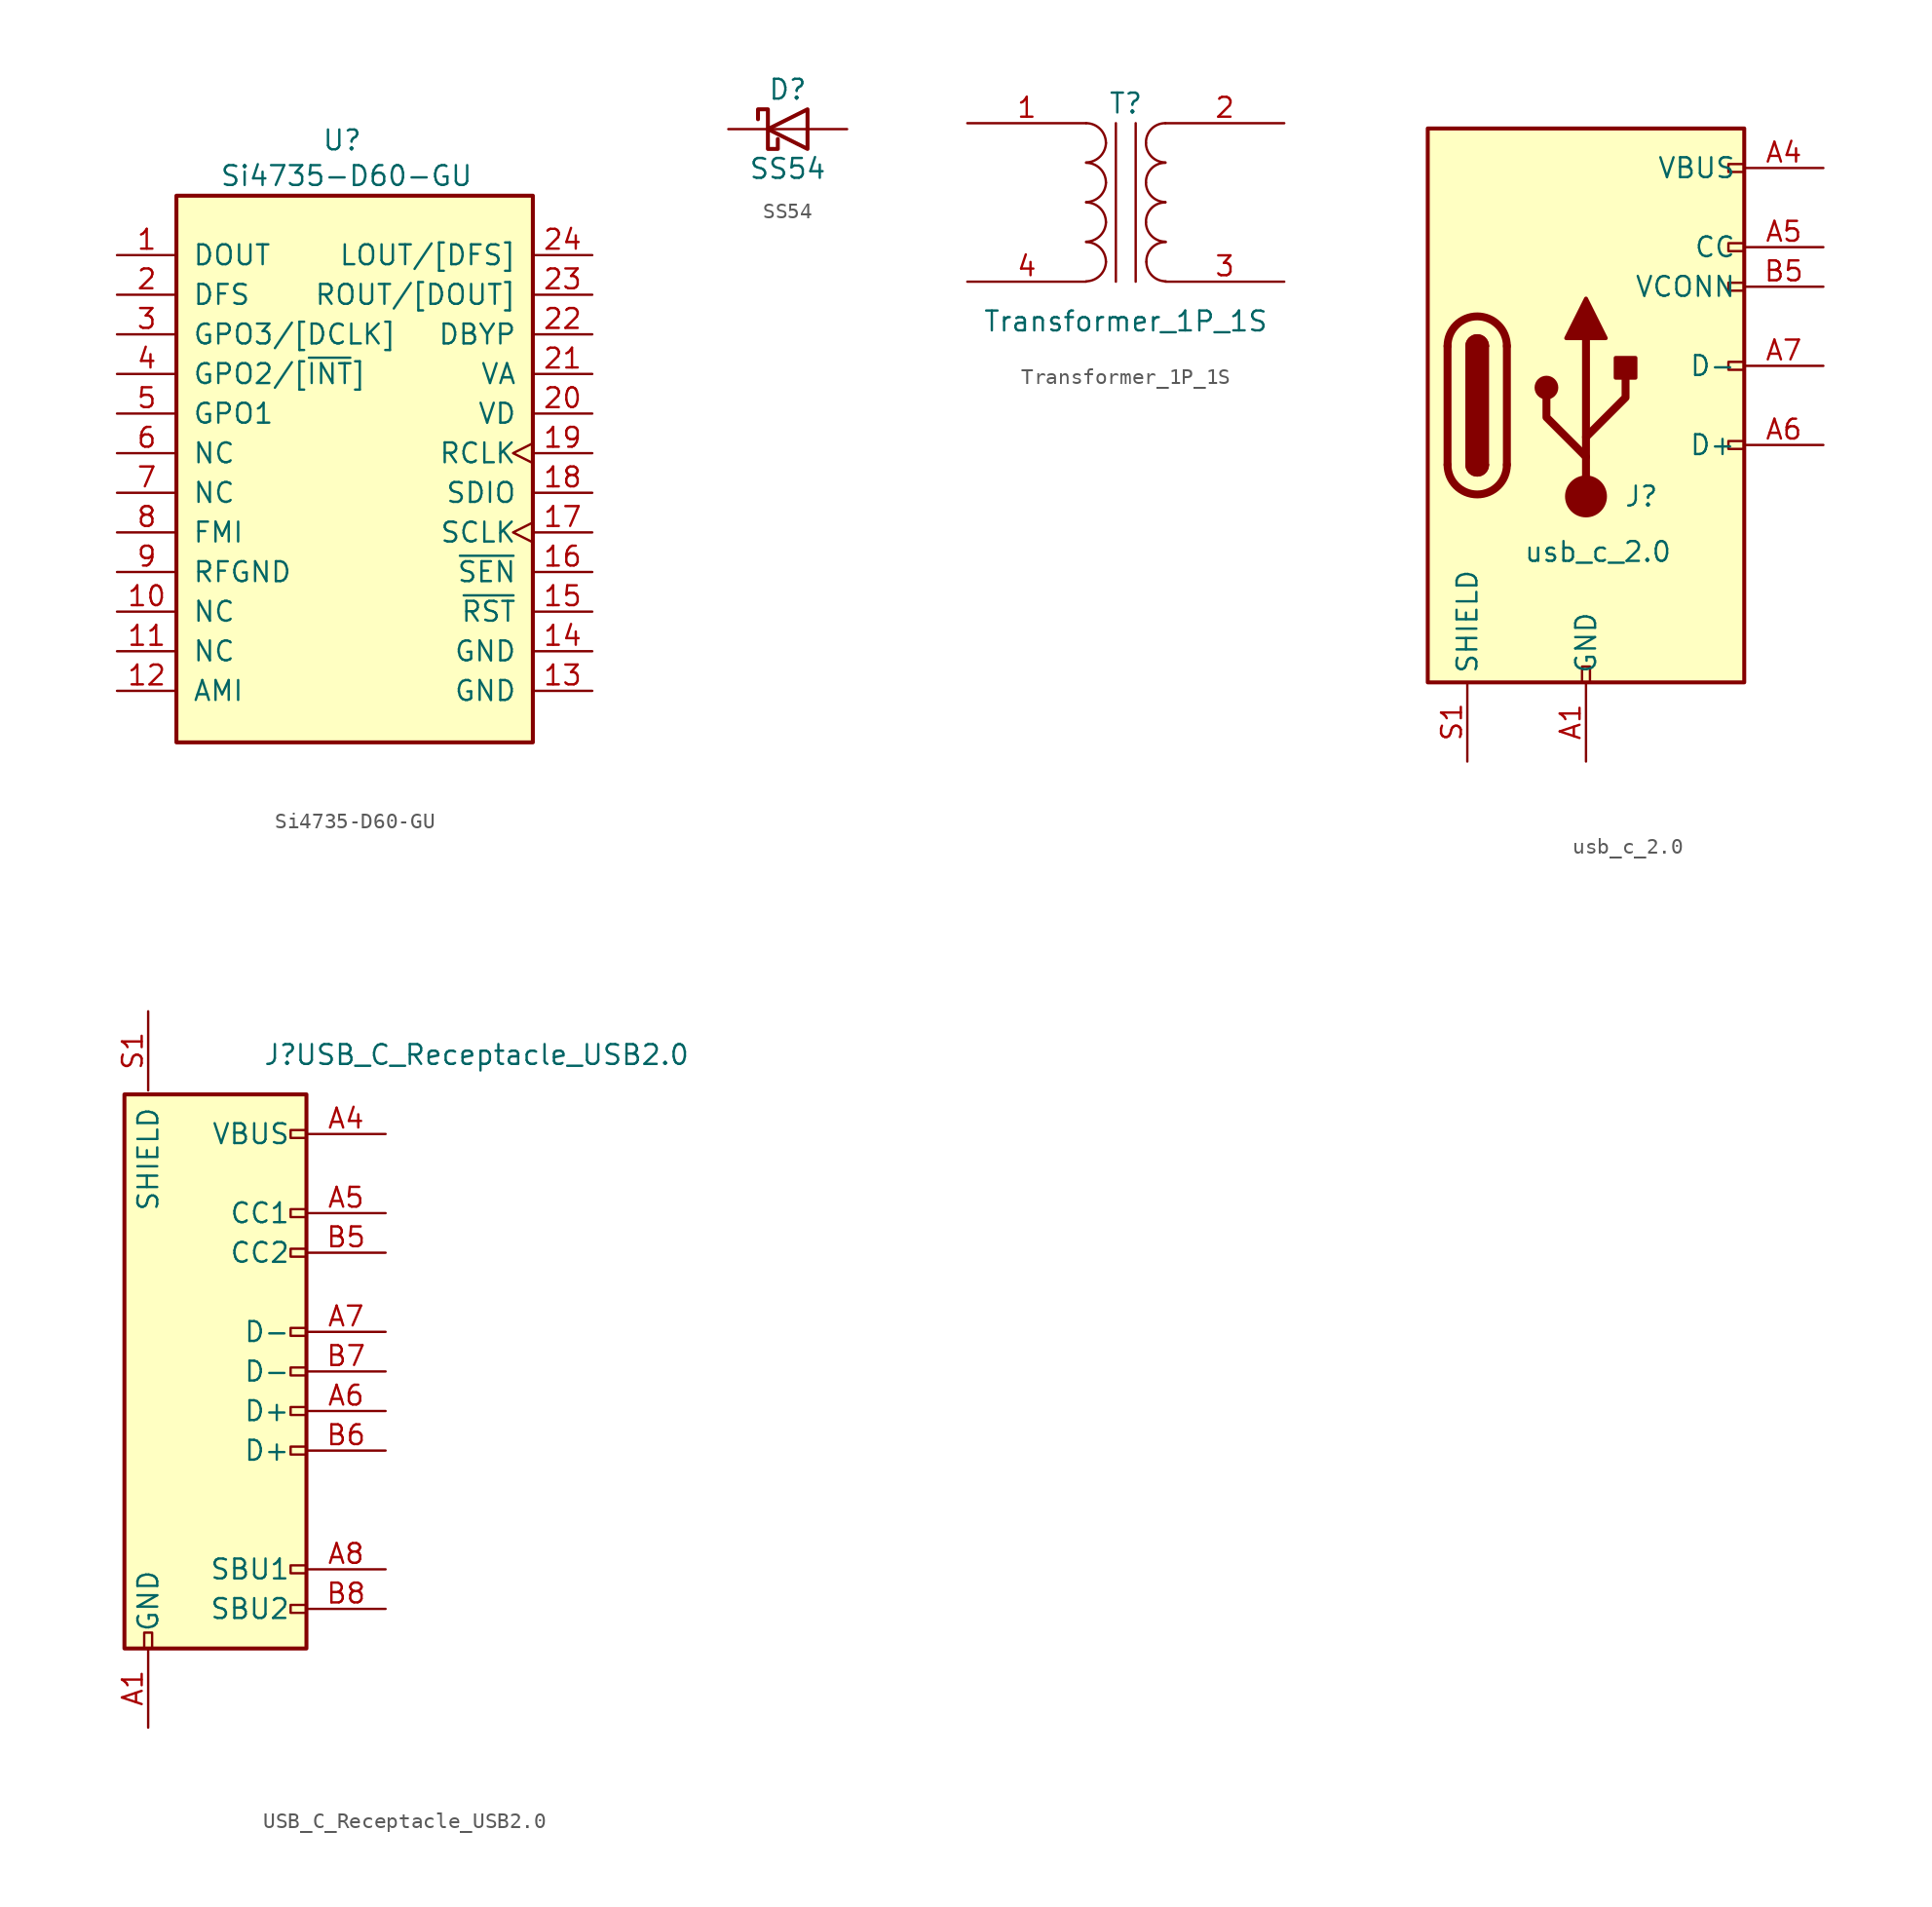
<source format=kicad_sym>
(kicad_symbol_lib
  (version 20211014)
  (generator kicad_symbol_editor)
  (symbol "Si4735-D60-GU"
    (pin_names
      (offset 1.016))
    (property "Reference" "U"
      (at 0.508 20.066 0)
      (effects (font (size 1.27 1.27)) (justify right)))
    (property "Value" "Si4735-D60-GU"
      (at 7.62 17.78 0)
      (effects (font (size 1.27 1.27)) (justify right)))
    (symbol "Si4735-D60-GU_0_1"
      (rectangle (start -11.43 16.51) (end 11.43 -18.542) (stroke (width 0.254) (type default) (color 0 0 0 0)) (fill (type background))))
    (symbol "Si4735-D60-GU_1_1"
      (pin output line (at -15.24 12.7 0) (length 3.81) (name "DOUT" (effects (font (size 1.27 1.27)))) (number "1" (effects (font (size 1.27 1.27)))))
      (pin passive line (at -15.24 -10.16 0) (length 3.81) (name "NC" (effects (font (size 1.27 1.27)))) (number "10" (effects (font (size 1.27 1.27)))))
      (pin passive line (at -15.24 -12.7 0) (length 3.81) (name "NC" (effects (font (size 1.27 1.27)))) (number "11" (effects (font (size 1.27 1.27)))))
      (pin input line (at -15.24 -15.24 0) (length 3.81) (name "AMI" (effects (font (size 1.27 1.27)))) (number "12" (effects (font (size 1.27 1.27)))))
      (pin power_in line (at 15.24 -15.24 180) (length 3.81) (name "GND" (effects (font (size 1.27 1.27)))) (number "13" (effects (font (size 1.27 1.27)))))
      (pin power_in line (at 15.24 -12.7 180) (length 3.81) (name "GND" (effects (font (size 1.27 1.27)))) (number "14" (effects (font (size 1.27 1.27)))))
      (pin input line (at 15.24 -10.16 180) (length 3.81) (name "~{RST}" (effects (font (size 1.27 1.27)))) (number "15" (effects (font (size 1.27 1.27)))))
      (pin input line (at 15.24 -7.62 180) (length 3.81) (name "~{SEN}" (effects (font (size 1.27 1.27)))) (number "16" (effects (font (size 1.27 1.27)))))
      (pin input clock (at 15.24 -5.08 180) (length 3.81) (name "SCLK" (effects (font (size 1.27 1.27)))) (number "17" (effects (font (size 1.27 1.27)))))
      (pin bidirectional line (at 15.24 -2.54 180) (length 3.81) (name "SDIO" (effects (font (size 1.27 1.27)))) (number "18" (effects (font (size 1.27 1.27)))))
      (pin input clock (at 15.24 0 180) (length 3.81) (name "RCLK" (effects (font (size 1.27 1.27)))) (number "19" (effects (font (size 1.27 1.27)))))
      (pin input line (at -15.24 10.16 0) (length 3.81) (name "DFS" (effects (font (size 1.27 1.27)))) (number "2" (effects (font (size 1.27 1.27)))))
      (pin power_in line (at 15.24 2.54 180) (length 3.81) (name "VD" (effects (font (size 1.27 1.27)))) (number "20" (effects (font (size 1.27 1.27)))))
      (pin power_in line (at 15.24 5.08 180) (length 3.81) (name "VA" (effects (font (size 1.27 1.27)))) (number "21" (effects (font (size 1.27 1.27)))))
      (pin passive line (at 15.24 7.62 180) (length 3.81) (name "DBYP" (effects (font (size 1.27 1.27)))) (number "22" (effects (font (size 1.27 1.27)))))
      (pin output line (at 15.24 10.16 180) (length 3.81) (name "ROUT/[DOUT]" (effects (font (size 1.27 1.27)))) (number "23" (effects (font (size 1.27 1.27)))))
      (pin bidirectional line (at 15.24 12.7 180) (length 3.81) (name "LOUT/[DFS]" (effects (font (size 1.27 1.27)))) (number "24" (effects (font (size 1.27 1.27)))))
      (pin bidirectional line (at -15.24 7.62 0) (length 3.81) (name "GPO3/[DCLK]" (effects (font (size 1.27 1.27)))) (number "3" (effects (font (size 1.27 1.27)))))
      (pin output line (at -15.24 5.08 0) (length 3.81) (name "GPO2/[~{INT}]" (effects (font (size 1.27 1.27)))) (number "4" (effects (font (size 1.27 1.27)))))
      (pin output line (at -15.24 2.54 0) (length 3.81) (name "GPO1" (effects (font (size 1.27 1.27)))) (number "5" (effects (font (size 1.27 1.27)))))
      (pin passive line (at -15.24 0 0) (length 3.81) (name "NC" (effects (font (size 1.27 1.27)))) (number "6" (effects (font (size 1.27 1.27)))))
      (pin passive line (at -15.24 -2.54 0) (length 3.81) (name "NC" (effects (font (size 1.27 1.27)))) (number "7" (effects (font (size 1.27 1.27)))))
      (pin input line (at -15.24 -5.08 0) (length 3.81) (name "FMI" (effects (font (size 1.27 1.27)))) (number "8" (effects (font (size 1.27 1.27)))))
      (pin power_in line (at -15.24 -7.62 0) (length 3.81) (name "RFGND" (effects (font (size 1.27 1.27)))) (number "9" (effects (font (size 1.27 1.27)))))))
  (symbol "SS54"
    (pin_numbers hide)
    (pin_names
      (offset 1.016) hide)
    (property "Reference" "D"
      (at 0 2.54 0)
      (effects (font (size 1.27 1.27))))
    (property "Value" "SS54"
      (at 0 -2.54 0)
      (effects (font (size 1.27 1.27))))
    (symbol "SS54_0_1"
      (polyline (pts (xy 1.27 0) (xy -1.27 0)) (stroke (width 0) (type default) (color 0 0 0 0)) (fill (type none)))
      (polyline (pts (xy 1.27 1.27) (xy 1.27 -1.27) (xy -1.27 0) (xy 1.27 1.27)) (stroke (width 0.254) (type default) (color 0 0 0 0)) (fill (type none)))
      (polyline (pts (xy -1.905 0.635) (xy -1.905 1.27) (xy -1.27 1.27) (xy -1.27 -1.27) (xy -0.635 -1.27) (xy -0.635 -0.635)) (stroke (width 0.254) (type default) (color 0 0 0 0)) (fill (type none))))
    (symbol "SS54_1_1"
      (pin passive line (at -3.81 0 0) (length 2.54) (name "K" (effects (font (size 1.27 1.27)))) (number "1" (effects (font (size 1.27 1.27)))))
      (pin passive line (at 3.81 0 180) (length 2.54) (name "A" (effects (font (size 1.27 1.27)))) (number "2" (effects (font (size 1.27 1.27)))))))
  (symbol "Transformer_1P_1S"
    (pin_names
      (offset 1.016) hide)
    (property "Reference" "T"
      (at 0 6.35 0)
      (effects (font (size 1.27 1.27))))
    (property "Value" "Transformer_1P_1S"
      (at 0 -7.62 0)
      (effects (font (size 1.27 1.27))))
    (symbol "Transformer_1P_1S_0_1"
      (arc (start -2.54 -5.0546) (mid -1.6561 -4.6863) (end -1.27 -3.81) (stroke (width 0) (type default) (color 0 0 0 0)) (fill (type none)))
      (arc (start -2.54 -2.5146) (mid -1.6561 -2.1463) (end -1.27 -1.27) (stroke (width 0) (type default) (color 0 0 0 0)) (fill (type none)))
      (arc (start -2.54 0.0254) (mid -1.6561 0.3937) (end -1.27 1.27) (stroke (width 0) (type default) (color 0 0 0 0)) (fill (type none)))
      (arc (start -2.54 2.5654) (mid -1.6561 2.9337) (end -1.27 3.81) (stroke (width 0) (type default) (color 0 0 0 0)) (fill (type none)))
      (arc (start -1.27 -3.81) (mid -1.642 -2.912) (end -2.54 -2.54) (stroke (width 0) (type default) (color 0 0 0 0)) (fill (type none)))
      (arc (start -1.27 -1.27) (mid -1.642 -0.372) (end -2.54 0) (stroke (width 0) (type default) (color 0 0 0 0)) (fill (type none)))
      (arc (start -1.27 1.27) (mid -1.642 2.168) (end -2.54 2.54) (stroke (width 0) (type default) (color 0 0 0 0)) (fill (type none)))
      (arc (start -1.27 3.81) (mid -1.642 4.708) (end -2.54 5.08) (stroke (width 0) (type default) (color 0 0 0 0)) (fill (type none)))
      (polyline (pts (xy -0.635 5.08) (xy -0.635 -5.08)) (stroke (width 0) (type default) (color 0 0 0 0)) (fill (type none)))
      (polyline (pts (xy 0.635 -5.08) (xy 0.635 5.08)) (stroke (width 0) (type default) (color 0 0 0 0)) (fill (type none)))
      (arc (start 1.2954 -1.27) (mid 1.6599 -2.1501) (end 2.54 -2.5146) (stroke (width 0) (type default) (color 0 0 0 0)) (fill (type none)))
      (arc (start 1.2954 1.27) (mid 1.6599 0.3899) (end 2.54 0.0254) (stroke (width 0) (type default) (color 0 0 0 0)) (fill (type none)))
      (arc (start 1.2954 3.81) (mid 1.6599 2.9299) (end 2.54 2.5654) (stroke (width 0) (type default) (color 0 0 0 0)) (fill (type none)))
      (arc (start 1.3208 -3.81) (mid 1.6853 -4.6901) (end 2.5654 -5.0546) (stroke (width 0) (type default) (color 0 0 0 0)) (fill (type none)))
      (arc (start 2.54 0) (mid 1.6456 -0.3683) (end 1.2954 -1.27) (stroke (width 0) (type default) (color 0 0 0 0)) (fill (type none)))
      (arc (start 2.54 2.54) (mid 1.6456 2.1717) (end 1.2954 1.27) (stroke (width 0) (type default) (color 0 0 0 0)) (fill (type none)))
      (arc (start 2.54 5.08) (mid 1.6456 4.7117) (end 1.2954 3.81) (stroke (width 0) (type default) (color 0 0 0 0)) (fill (type none)))
      (arc (start 2.5654 -2.54) (mid 1.671 -2.9083) (end 1.3208 -3.81) (stroke (width 0) (type default) (color 0 0 0 0)) (fill (type none))))
    (symbol "Transformer_1P_1S_1_1"
      (pin passive line (at -10.16 5.08 0) (length 7.62) (name "AA" (effects (font (size 1.27 1.27)))) (number "1" (effects (font (size 1.27 1.27)))))
      (pin passive line (at 10.16 5.08 180) (length 7.62) (name "SB" (effects (font (size 1.27 1.27)))) (number "2" (effects (font (size 1.27 1.27)))))
      (pin passive line (at 10.16 -5.08 180) (length 7.62) (name "SA" (effects (font (size 1.27 1.27)))) (number "3" (effects (font (size 1.27 1.27)))))
      (pin passive line (at -10.16 -5.08 0) (length 7.62) (name "AB" (effects (font (size 1.27 1.27)))) (number "4" (effects (font (size 1.27 1.27)))))))
  (symbol "usb_c_2.0"
    (property "Reference" "J"
      (at 3.556 -5.588 0)
      (effects (font (size 1.27 1.27))))
    (property "Value" "usb_c_2.0"
      (at 0.762 -9.144 0)
      (effects (font (size 1.27 1.27))))
    (symbol "usb_c_2.0_0_0"
      (rectangle (start -0.254 -17.526) (end 0.254 -16.51) (stroke (width 0) (type default) (color 0 0 0 0)) (fill (type none)))
      (rectangle (start 10.16 -2.032) (end 9.144 -2.54) (stroke (width 0) (type default) (color 0 0 0 0)) (fill (type none)))
      (rectangle (start 10.16 3.048) (end 9.144 2.54) (stroke (width 0) (type default) (color 0 0 0 0)) (fill (type none)))
      (rectangle (start 10.16 8.128) (end 9.144 7.62) (stroke (width 0) (type default) (color 0 0 0 0)) (fill (type none)))
      (rectangle (start 10.16 10.668) (end 9.144 10.16) (stroke (width 0) (type default) (color 0 0 0 0)) (fill (type none)))
      (rectangle (start 10.16 15.748) (end 9.144 15.24) (stroke (width 0) (type default) (color 0 0 0 0)) (fill (type none))))
    (symbol "usb_c_2.0_0_1"
      (rectangle (start -10.16 18.034) (end 10.16 -17.526) (stroke (width 0.254) (type default) (color 0 0 0 0)) (fill (type background)))
      (arc (start -8.89 -3.556) (mid -6.985 -5.461) (end -5.08 -3.556) (stroke (width 0.508) (type default) (color 0 0 0 0)) (fill (type none)))
      (arc (start -7.62 -3.556) (mid -6.985 -4.191) (end -6.35 -3.556) (stroke (width 0.254) (type default) (color 0 0 0 0)) (fill (type none)))
      (arc (start -7.62 -3.556) (mid -6.985 -4.191) (end -6.35 -3.556) (stroke (width 0.254) (type default) (color 0 0 0 0)) (fill (type outline)))
      (rectangle (start -7.62 -3.556) (end -6.35 4.064) (stroke (width 0.254) (type default) (color 0 0 0 0)) (fill (type outline)))
      (arc (start -6.35 4.064) (mid -6.985 4.699) (end -7.62 4.064) (stroke (width 0.254) (type default) (color 0 0 0 0)) (fill (type none)))
      (arc (start -6.35 4.064) (mid -6.985 4.699) (end -7.62 4.064) (stroke (width 0.254) (type default) (color 0 0 0 0)) (fill (type outline)))
      (arc (start -5.08 4.064) (mid -6.985 5.969) (end -8.89 4.064) (stroke (width 0.508) (type default) (color 0 0 0 0)) (fill (type none)))
      (circle (center -2.54 1.397) (radius 0.635) (stroke (width 0.254) (type default) (color 0 0 0 0)) (fill (type outline)))
      (circle (center 0 -5.588) (radius 1.27) (stroke (width 0) (type default) (color 0 0 0 0)) (fill (type outline)))
      (polyline (pts (xy -8.89 -3.556) (xy -8.89 4.064)) (stroke (width 0.508) (type default) (color 0 0 0 0)) (fill (type none)))
      (polyline (pts (xy -5.08 4.064) (xy -5.08 -3.556)) (stroke (width 0.508) (type default) (color 0 0 0 0)) (fill (type none)))
      (polyline (pts (xy 0 -5.588) (xy 0 4.572)) (stroke (width 0.508) (type default) (color 0 0 0 0)) (fill (type none)))
      (polyline (pts (xy 0 -3.048) (xy -2.54 -0.508) (xy -2.54 0.762)) (stroke (width 0.508) (type default) (color 0 0 0 0)) (fill (type none)))
      (polyline (pts (xy 0 -1.778) (xy 2.54 0.762) (xy 2.54 2.032)) (stroke (width 0.508) (type default) (color 0 0 0 0)) (fill (type none)))
      (polyline (pts (xy -1.27 4.572) (xy 0 7.112) (xy 1.27 4.572) (xy -1.27 4.572)) (stroke (width 0.254) (type default) (color 0 0 0 0)) (fill (type outline)))
      (rectangle (start 1.905 2.032) (end 3.175 3.302) (stroke (width 0.254) (type default) (color 0 0 0 0)) (fill (type outline))))
    (symbol "usb_c_2.0_1_1"
      (pin passive line (at 0 -22.606 90) (length 5.08) (name "GND" (effects (font (size 1.27 1.27)))) (number "A1" (effects (font (size 1.27 1.27)))))
      (pin passive line (at 0 -22.606 90) (length 5.08) hide (name "GND" (effects (font (size 1.27 1.27)))) (number "A12" (effects (font (size 1.27 1.27)))))
      (pin passive line (at 15.24 15.494 180) (length 5.08) (name "VBUS" (effects (font (size 1.27 1.27)))) (number "A4" (effects (font (size 1.27 1.27)))))
      (pin bidirectional line (at 15.24 10.414 180) (length 5.08) (name "CC" (effects (font (size 1.27 1.27)))) (number "A5" (effects (font (size 1.27 1.27)))))
      (pin bidirectional line (at 15.24 -2.286 180) (length 5.08) (name "D+" (effects (font (size 1.27 1.27)))) (number "A6" (effects (font (size 1.27 1.27)))))
      (pin bidirectional line (at 15.24 2.794 180) (length 5.08) (name "D-" (effects (font (size 1.27 1.27)))) (number "A7" (effects (font (size 1.27 1.27)))))
      (pin passive line (at 15.24 15.494 180) (length 5.08) hide (name "VBUS" (effects (font (size 1.27 1.27)))) (number "A9" (effects (font (size 1.27 1.27)))))
      (pin passive line (at 0 -22.606 90) (length 5.08) hide (name "GND" (effects (font (size 1.27 1.27)))) (number "B1" (effects (font (size 1.27 1.27)))))
      (pin passive line (at 0 -22.606 90) (length 5.08) hide (name "GND" (effects (font (size 1.27 1.27)))) (number "B12" (effects (font (size 1.27 1.27)))))
      (pin passive line (at 15.24 15.494 180) (length 5.08) hide (name "VBUS" (effects (font (size 1.27 1.27)))) (number "B4" (effects (font (size 1.27 1.27)))))
      (pin bidirectional line (at 15.24 7.874 180) (length 5.08) (name "VCONN" (effects (font (size 1.27 1.27)))) (number "B5" (effects (font (size 1.27 1.27)))))
      (pin passive line (at 15.24 15.494 180) (length 5.08) hide (name "VBUS" (effects (font (size 1.27 1.27)))) (number "B9" (effects (font (size 1.27 1.27)))))
      (pin passive line (at -7.62 -22.606 90) (length 5.08) (name "SHIELD" (effects (font (size 1.27 1.27)))) (number "S1" (effects (font (size 1.27 1.27)))))))
  (symbol "USB_C_Receptacle_USB2.0"
    (pin_names
      (offset 1.016))
    (property "Reference" "J"
      (at 2.286 20.32 0)
      (effects (font (size 1.27 1.27)) (justify left)))
    (property "Value" "USB_C_Receptacle_USB2.0"
      (at 29.718 20.32 0)
      (effects (font (size 1.27 1.27)) (justify right)))
    (symbol "USB_C_Receptacle_USB2.0_0_0"
      (rectangle (start -5.334 -17.78) (end -4.826 -16.764) (stroke (width 0) (type default) (color 0 0 0 0)) (fill (type none)))
      (rectangle (start 5.08 -14.986) (end 4.064 -15.494) (stroke (width 0) (type default) (color 0 0 0 0)) (fill (type none)))
      (rectangle (start 5.08 -12.446) (end 4.064 -12.954) (stroke (width 0) (type default) (color 0 0 0 0)) (fill (type none)))
      (rectangle (start 5.08 -4.826) (end 4.064 -5.334) (stroke (width 0) (type default) (color 0 0 0 0)) (fill (type none)))
      (rectangle (start 5.08 -2.286) (end 4.064 -2.794) (stroke (width 0) (type default) (color 0 0 0 0)) (fill (type none)))
      (rectangle (start 5.08 0.254) (end 4.064 -0.254) (stroke (width 0) (type default) (color 0 0 0 0)) (fill (type none)))
      (rectangle (start 5.08 2.794) (end 4.064 2.286) (stroke (width 0) (type default) (color 0 0 0 0)) (fill (type none)))
      (rectangle (start 5.08 7.874) (end 4.064 7.366) (stroke (width 0) (type default) (color 0 0 0 0)) (fill (type none)))
      (rectangle (start 5.08 10.414) (end 4.064 9.906) (stroke (width 0) (type default) (color 0 0 0 0)) (fill (type none)))
      (rectangle (start 5.08 15.494) (end 4.064 14.986) (stroke (width 0) (type default) (color 0 0 0 0)) (fill (type none))))
    (symbol "USB_C_Receptacle_USB2.0_0_1"
      (rectangle (start -6.604 17.78) (end 5.08 -17.78) (stroke (width 0.254) (type default) (color 0 0 0 0)) (fill (type background))))
    (symbol "USB_C_Receptacle_USB2.0_1_1"
      (pin passive line (at -5.08 -22.86 90) (length 5.08) (name "GND" (effects (font (size 1.27 1.27)))) (number "A1" (effects (font (size 1.27 1.27)))))
      (pin passive line (at -5.08 -22.86 90) (length 5.08) hide (name "GND" (effects (font (size 1.27 1.27)))) (number "A12" (effects (font (size 1.27 1.27)))))
      (pin passive line (at 10.16 15.24 180) (length 5.08) (name "VBUS" (effects (font (size 1.27 1.27)))) (number "A4" (effects (font (size 1.27 1.27)))))
      (pin bidirectional line (at 10.16 10.16 180) (length 5.08) (name "CC1" (effects (font (size 1.27 1.27)))) (number "A5" (effects (font (size 1.27 1.27)))))
      (pin bidirectional line (at 10.16 -2.54 180) (length 5.08) (name "D+" (effects (font (size 1.27 1.27)))) (number "A6" (effects (font (size 1.27 1.27)))))
      (pin bidirectional line (at 10.16 2.54 180) (length 5.08) (name "D-" (effects (font (size 1.27 1.27)))) (number "A7" (effects (font (size 1.27 1.27)))))
      (pin bidirectional line (at 10.16 -12.7 180) (length 5.08) (name "SBU1" (effects (font (size 1.27 1.27)))) (number "A8" (effects (font (size 1.27 1.27)))))
      (pin passive line (at 10.16 15.24 180) (length 5.08) hide (name "VBUS" (effects (font (size 1.27 1.27)))) (number "A9" (effects (font (size 1.27 1.27)))))
      (pin passive line (at -5.08 -22.86 90) (length 5.08) hide (name "GND" (effects (font (size 1.27 1.27)))) (number "B1" (effects (font (size 1.27 1.27)))))
      (pin passive line (at -5.08 -22.86 90) (length 5.08) hide (name "GND" (effects (font (size 1.27 1.27)))) (number "B12" (effects (font (size 1.27 1.27)))))
      (pin passive line (at 10.16 15.24 180) (length 5.08) hide (name "VBUS" (effects (font (size 1.27 1.27)))) (number "B4" (effects (font (size 1.27 1.27)))))
      (pin bidirectional line (at 10.16 7.62 180) (length 5.08) (name "CC2" (effects (font (size 1.27 1.27)))) (number "B5" (effects (font (size 1.27 1.27)))))
      (pin bidirectional line (at 10.16 -5.08 180) (length 5.08) (name "D+" (effects (font (size 1.27 1.27)))) (number "B6" (effects (font (size 1.27 1.27)))))
      (pin bidirectional line (at 10.16 0 180) (length 5.08) (name "D-" (effects (font (size 1.27 1.27)))) (number "B7" (effects (font (size 1.27 1.27)))))
      (pin bidirectional line (at 10.16 -15.24 180) (length 5.08) (name "SBU2" (effects (font (size 1.27 1.27)))) (number "B8" (effects (font (size 1.27 1.27)))))
      (pin passive line (at 10.16 15.24 180) (length 5.08) hide (name "VBUS" (effects (font (size 1.27 1.27)))) (number "B9" (effects (font (size 1.27 1.27)))))
      (pin passive line (at -5.08 23.114 270) (length 5.08) (name "SHIELD" (effects (font (size 1.27 1.27)))) (number "S1" (effects (font (size 1.27 1.27))))))))
</source>
